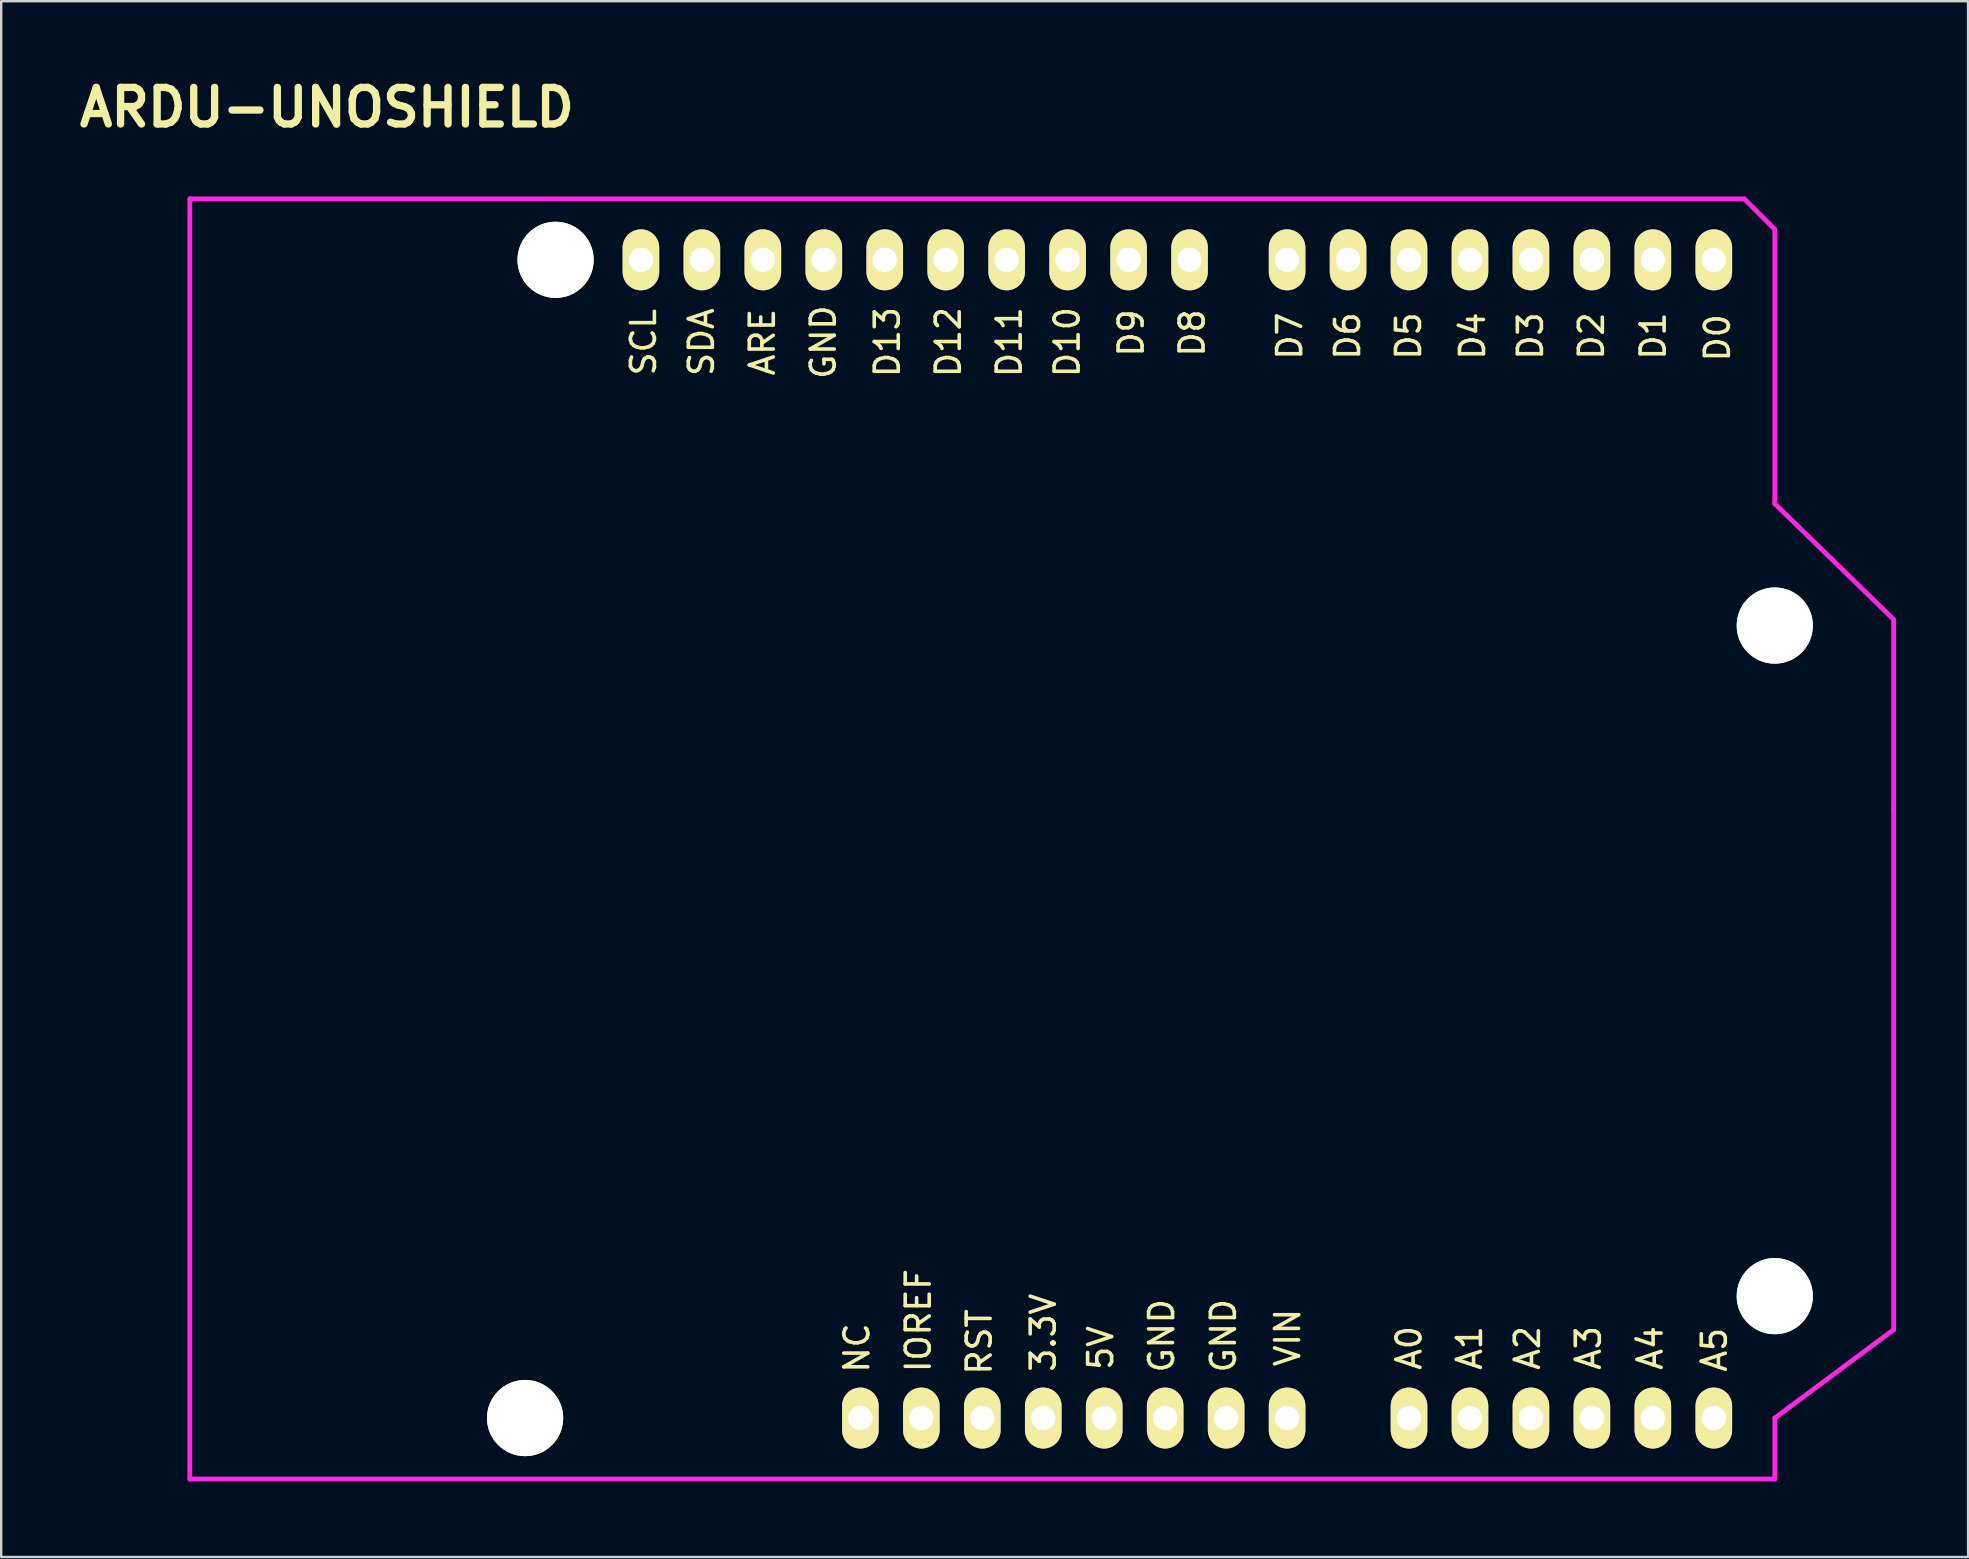
<source format=kicad_pcb>
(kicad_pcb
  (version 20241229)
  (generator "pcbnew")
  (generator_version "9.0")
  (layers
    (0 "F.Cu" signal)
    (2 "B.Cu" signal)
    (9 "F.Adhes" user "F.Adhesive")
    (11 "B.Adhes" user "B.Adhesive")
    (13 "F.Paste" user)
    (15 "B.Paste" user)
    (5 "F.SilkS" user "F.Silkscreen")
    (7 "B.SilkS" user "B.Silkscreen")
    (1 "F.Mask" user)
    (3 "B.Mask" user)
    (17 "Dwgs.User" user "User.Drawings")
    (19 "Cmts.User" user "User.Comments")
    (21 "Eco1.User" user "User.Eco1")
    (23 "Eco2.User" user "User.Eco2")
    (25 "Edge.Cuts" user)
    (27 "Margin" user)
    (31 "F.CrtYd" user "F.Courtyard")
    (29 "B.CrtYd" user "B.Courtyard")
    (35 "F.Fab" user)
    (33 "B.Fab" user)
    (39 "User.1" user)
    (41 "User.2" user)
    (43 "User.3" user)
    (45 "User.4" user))
  (footprint "ARDU-UNOSHIELD"
    (layer "F.Cu")
    (at 4.859 58.576)
    (property "Reference" "ARDU-UNOSHIELD" (at 5.715 -57.15 0) (layer "F.SilkS") (effects (font (size 1.524 1.524) (thickness 0.305))))
    (attr through_hole)
    (fp_line (start 0 0) (end 0 -53.34) (stroke (width 0.2) (type solid)) (layer "F.CrtYd"))
    (fp_line (start 0 0) (end 66.04 0) (stroke (width 0.2) (type solid)) (layer "F.CrtYd"))
    (fp_line (start 64.77 -53.34) (end 0 -53.34) (stroke (width 0.2) (type solid)) (layer "F.CrtYd"))
    (fp_line (start 66.04 -52.07) (end 64.77 -53.34) (stroke (width 0.2) (type solid)) (layer "F.CrtYd"))
    (fp_line (start 66.04 -40.64) (end 66.04 -52.07) (stroke (width 0.2) (type solid)) (layer "F.CrtYd"))
    (fp_line (start 66.04 -40.64) (end 70.993 -35.814) (stroke (width 0.2) (type solid)) (layer "F.CrtYd"))
    (fp_line (start 66.04 -2.54) (end 66.04 0) (stroke (width 0.2) (type solid)) (layer "F.CrtYd"))
    (fp_line (start 66.04 -2.54) (end 70.993 -6.223) (stroke (width 0.2) (type solid)) (layer "F.CrtYd"))
    (fp_line (start 70.993 -35.814) (end 70.993 -27.94) (stroke (width 0.2) (type solid)) (layer "F.CrtYd"))
    (fp_line (start 70.993 -27.94) (end 70.993 -6.223) (stroke (width 0.2) (type solid)) (layer "F.CrtYd"))
    (fp_text user "ARE" (at 23.856 -47.371 90) (layer "F.SilkS") (effects (font (size 1 1) (thickness 0.15))))
    (fp_text user "A2" (at 55.733 -5.461 90) (layer "F.SilkS") (effects (font (size 1 1) (thickness 0.15))))
    (fp_text user "D11" (at 34.143 -47.371 90) (layer "F.SilkS") (effects (font (size 1 1) (thickness 0.15))))
    (fp_text user "D3" (at 55.86 -47.625 90) (layer "F.SilkS") (effects (font (size 1 1) (thickness 0.15))))
    (fp_text user "3.3V" (at 35.56 -6.096 90) (layer "F.SilkS") (effects (font (size 1 1) (thickness 0.15))))
    (fp_text user "D4" (at 53.447 -47.625 90) (layer "F.SilkS") (effects (font (size 1 1) (thickness 0.15))))
    (fp_text user "D2" (at 58.4 -47.625 90) (layer "F.SilkS") (effects (font (size 1 1) (thickness 0.15))))
    (fp_text user "VIN" (at 45.743 -5.894 90) (layer "F.SilkS") (effects (font (size 1 1) (thickness 0.15))))
    (fp_text user "SCL" (at 18.903 -47.371 90) (layer "F.SilkS") (effects (font (size 1 1) (thickness 0.15))))
    (fp_text user "D12" (at 31.603 -47.371 90) (layer "F.SilkS") (effects (font (size 1 1) (thickness 0.15))))
    (fp_text user "A5" (at 63.523 -5.386 90) (layer "F.SilkS") (effects (font (size 1 1) (thickness 0.15))))
    (fp_text user "D6" (at 48.24 -47.625 90) (layer "F.SilkS") (effects (font (size 1 1) (thickness 0.15))))
    (fp_text user "GND" (at 43.068 -5.969 90) (layer "F.SilkS") (effects (font (size 1 1) (thickness 0.15))))
    (fp_text user "5V" (at 37.953 -5.461 90) (layer "F.SilkS") (effects (font (size 1 1) (thickness 0.15))))
    (fp_text user "A0" (at 50.8 -5.461 90) (layer "F.SilkS") (effects (font (size 1 1) (thickness 0.15))))
    (fp_text user "D8" (at 41.763 -47.752 90) (layer "F.SilkS") (effects (font (size 1 1) (thickness 0.15))))
    (fp_text user "D7" (at 45.827 -47.625 90) (layer "F.SilkS") (effects (font (size 1 1) (thickness 0.15))))
    (fp_text user "NC" (at 27.793 -5.461 90) (layer "F.SilkS") (effects (font (size 1 1) (thickness 0.15))))
    (fp_text user "D1" (at 60.975 -47.625 90) (layer "F.SilkS") (effects (font (size 1 1) (thickness 0.15))))
    (fp_text user "D13" (at 29.063 -47.371 90) (layer "F.SilkS") (effects (font (size 1 1) (thickness 0.15))))
    (fp_text user "GND" (at 40.493 -5.969 90) (layer "F.SilkS") (effects (font (size 1 1) (thickness 0.15))))
    (fp_text user "RST" (at 32.893 -5.715 90) (layer "F.SilkS") (effects (font (size 1 1) (thickness 0.15))))
    (fp_text user "SDA" (at 21.316 -47.371 90) (layer "F.SilkS") (effects (font (size 1 1) (thickness 0.15))))
    (fp_text user "A3" (at 58.273 -5.461 90) (layer "F.SilkS") (effects (font (size 1 1) (thickness 0.15))))
    (fp_text user "D10" (at 36.556 -47.371 90) (layer "F.SilkS") (effects (font (size 1 1) (thickness 0.15))))
    (fp_text user "A1" (at 53.32 -5.461 90) (layer "F.SilkS") (effects (font (size 1 1) (thickness 0.15))))
    (fp_text user "A4" (at 60.848 -5.461 90) (layer "F.SilkS") (effects (font (size 1 1) (thickness 0.15))))
    (fp_text user "IOREF" (at 30.353 -6.604 90) (layer "F.SilkS") (effects (font (size 1 1) (thickness 0.15))))
    (fp_text user "D0" (at 63.65 -47.55 90) (layer "F.SilkS") (effects (font (size 1 1) (thickness 0.15))))
    (fp_text user "D5" (at 50.78 -47.625 90) (layer "F.SilkS") (effects (font (size 1 1) (thickness 0.15))))
    (fp_text user "GND" (at 26.396 -47.371 90) (layer "F.SilkS") (effects (font (size 1 1) (thickness 0.15))))
    (fp_text user "D9" (at 39.223 -47.752 90) (layer "F.SilkS") (effects (font (size 1 1) (thickness 0.15))))
    (pad "" np_thru_hole circle (at 13.97 -2.54 90) (size 3.175 3.175) (drill 3.175) (layers "*.Cu" "*.Mask" "F.SilkS"))
    (pad "" np_thru_hole circle (at 15.24 -50.8 90) (size 3.175 3.175) (drill 3.175) (layers "*.Cu" "*.Mask" "F.SilkS"))
    (pad "" np_thru_hole circle (at 66.04 -35.56 90) (size 3.175 3.175) (drill 3.175) (layers "*.Cu" "*.Mask" "F.SilkS"))
    (pad "" np_thru_hole circle (at 66.04 -7.62 90) (size 3.175 3.175) (drill 3.175) (layers "*.Cu" "*.Mask" "F.SilkS"))
    (pad "3V3" thru_hole oval (at 35.56 -2.54 90) (size 2.54 1.524) (drill 1.016) (layers "*.Cu" "*.Mask" "F.SilkS"))
    (pad "5V" thru_hole oval (at 38.1 -2.54 90) (size 2.54 1.524) (drill 1.016) (layers "*.Cu" "*.Mask" "F.SilkS"))
    (pad "A0" thru_hole oval (at 50.8 -2.54 90) (size 2.54 1.524) (drill 1.016) (layers "*.Cu" "*.Mask" "F.SilkS"))
    (pad "A1" thru_hole oval (at 53.34 -2.54 90) (size 2.54 1.524) (drill 1.016) (layers "*.Cu" "*.Mask" "F.SilkS"))
    (pad "A2" thru_hole oval (at 55.88 -2.54 90) (size 2.54 1.524) (drill 1.016) (layers "*.Cu" "*.Mask" "F.SilkS"))
    (pad "A3" thru_hole oval (at 58.42 -2.54 90) (size 2.54 1.524) (drill 1.016) (layers "*.Cu" "*.Mask" "F.SilkS"))
    (pad "A4" thru_hole oval (at 60.96 -2.54 90) (size 2.54 1.524) (drill 1.016) (layers "*.Cu" "*.Mask" "F.SilkS"))
    (pad "A5" thru_hole oval (at 63.5 -2.54 90) (size 2.54 1.524) (drill 1.016) (layers "*.Cu" "*.Mask" "F.SilkS"))
    (pad "AREF" thru_hole oval (at 23.876 -50.8 90) (size 2.54 1.524) (drill 1.016) (layers "*.Cu" "*.Mask" "F.SilkS"))
    (pad "D0" thru_hole oval (at 63.5 -50.8 90) (size 2.54 1.524) (drill 1.016) (layers "*.Cu" "*.Mask" "F.SilkS"))
    (pad "D1" thru_hole oval (at 60.96 -50.8 90) (size 2.54 1.524) (drill 1.016) (layers "*.Cu" "*.Mask" "F.SilkS"))
    (pad "D2" thru_hole oval (at 58.42 -50.8 90) (size 2.54 1.524) (drill 1.016) (layers "*.Cu" "*.Mask" "F.SilkS"))
    (pad "D3" thru_hole oval (at 55.88 -50.8 90) (size 2.54 1.524) (drill 1.016) (layers "*.Cu" "*.Mask" "F.SilkS"))
    (pad "D4" thru_hole oval (at 53.34 -50.8 90) (size 2.54 1.524) (drill 1.016) (layers "*.Cu" "*.Mask" "F.SilkS"))
    (pad "D5" thru_hole oval (at 50.8 -50.8 90) (size 2.54 1.524) (drill 1.016) (layers "*.Cu" "*.Mask" "F.SilkS"))
    (pad "D6" thru_hole oval (at 48.26 -50.8 90) (size 2.54 1.524) (drill 1.016) (layers "*.Cu" "*.Mask" "F.SilkS"))
    (pad "D7" thru_hole oval (at 45.72 -50.8 90) (size 2.54 1.524) (drill 1.016) (layers "*.Cu" "*.Mask" "F.SilkS"))
    (pad "D8" thru_hole oval (at 41.656 -50.8 90) (size 2.54 1.524) (drill 1.016) (layers "*.Cu" "*.Mask" "F.SilkS"))
    (pad "D9" thru_hole oval (at 39.116 -50.8 90) (size 2.54 1.524) (drill 1.016) (layers "*.Cu" "*.Mask" "F.SilkS"))
    (pad "D10" thru_hole oval (at 36.576 -50.8 90) (size 2.54 1.524) (drill 1.016) (layers "*.Cu" "*.Mask" "F.SilkS"))
    (pad "D11" thru_hole oval (at 34.036 -50.8 90) (size 2.54 1.524) (drill 1.016) (layers "*.Cu" "*.Mask" "F.SilkS"))
    (pad "D12" thru_hole oval (at 31.496 -50.8 90) (size 2.54 1.524) (drill 1.016) (layers "*.Cu" "*.Mask" "F.SilkS"))
    (pad "D13" thru_hole oval (at 28.956 -50.8 90) (size 2.54 1.524) (drill 1.016) (layers "*.Cu" "*.Mask" "F.SilkS"))
    (pad "GND1" thru_hole oval (at 40.64 -2.54 90) (size 2.54 1.524) (drill 1.016) (layers "*.Cu" "*.Mask" "F.SilkS"))
    (pad "GND2" thru_hole oval (at 43.18 -2.54 90) (size 2.54 1.524) (drill 1.016) (layers "*.Cu" "*.Mask" "F.SilkS"))
    (pad "GND3" thru_hole oval (at 26.416 -50.8 90) (size 2.54 1.524) (drill 1.016) (layers "*.Cu" "*.Mask" "F.SilkS"))
    (pad "IO" thru_hole oval (at 30.48 -2.54 90) (size 2.54 1.524) (drill 1.016) (layers "*.Cu" "*.Mask" "F.SilkS"))
    (pad "NC" thru_hole oval (at 27.94 -2.54 90) (size 2.54 1.524) (drill 1.016) (layers "*.Cu" "*.Mask" "F.SilkS"))
    (pad "RST" thru_hole oval (at 33.02 -2.54 90) (size 2.54 1.524) (drill 1.016) (layers "*.Cu" "*.Mask" "F.SilkS"))
    (pad "SCL" thru_hole oval (at 18.796 -50.8 90) (size 2.54 1.524) (drill 1.016) (layers "*.Cu" "*.Mask" "F.SilkS"))
    (pad "SDA" thru_hole oval (at 21.336 -50.8 90) (size 2.54 1.524) (drill 1.016) (layers "*.Cu" "*.Mask" "F.SilkS"))
    (pad "VIN" thru_hole oval (at 45.72 -2.54 90) (size 2.54 1.524) (drill 1.016) (layers "*.Cu" "*.Mask" "F.SilkS")))
  (gr_rect
    (start -3 -3)
    (end 78.952 61.826)
    (stroke (width 0.1) (type default))
    (fill no)
    (layer "Edge.Cuts")))
</source>
